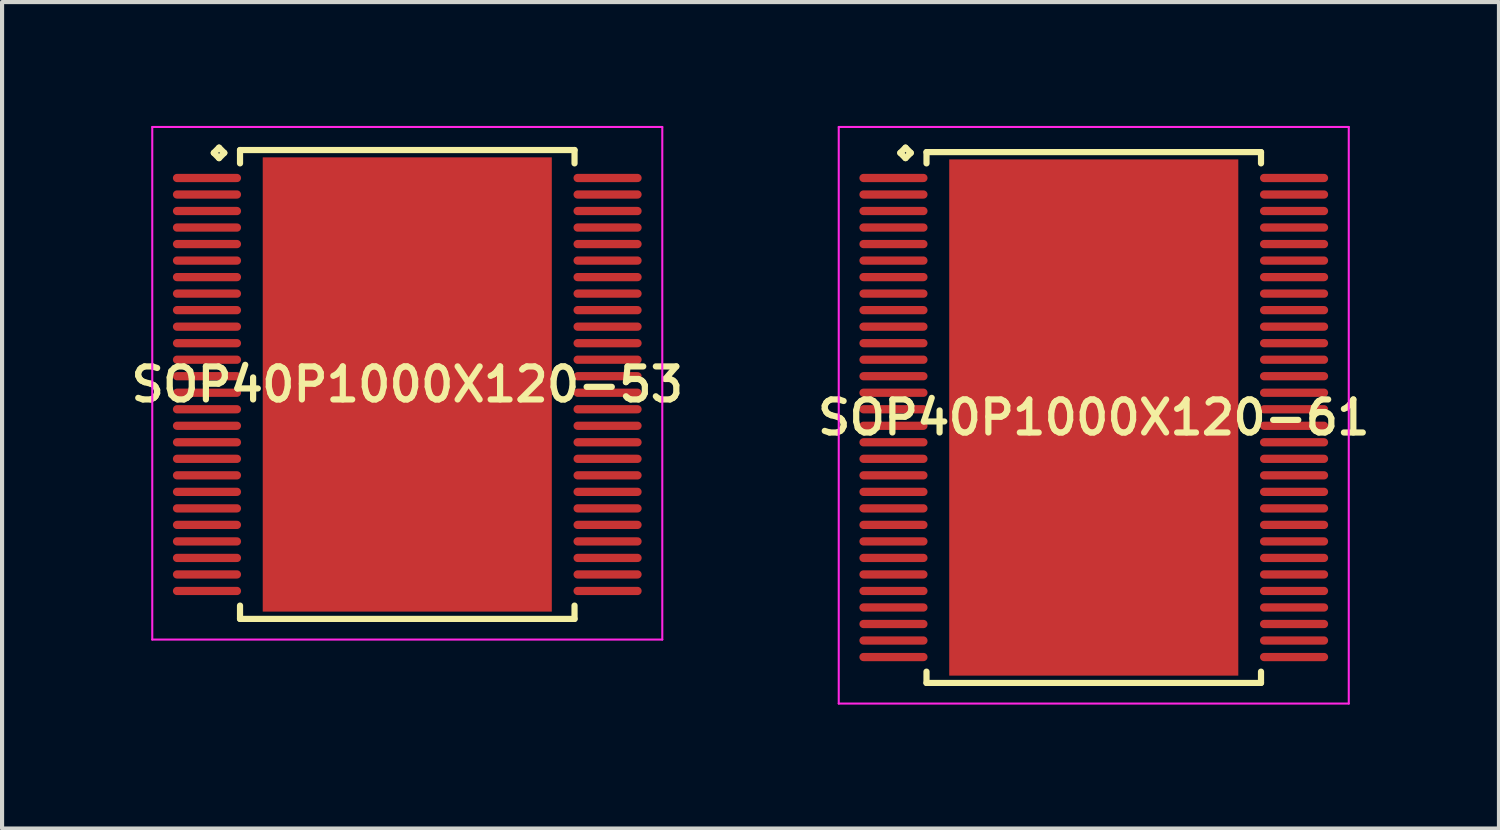
<source format=kicad_pcb>
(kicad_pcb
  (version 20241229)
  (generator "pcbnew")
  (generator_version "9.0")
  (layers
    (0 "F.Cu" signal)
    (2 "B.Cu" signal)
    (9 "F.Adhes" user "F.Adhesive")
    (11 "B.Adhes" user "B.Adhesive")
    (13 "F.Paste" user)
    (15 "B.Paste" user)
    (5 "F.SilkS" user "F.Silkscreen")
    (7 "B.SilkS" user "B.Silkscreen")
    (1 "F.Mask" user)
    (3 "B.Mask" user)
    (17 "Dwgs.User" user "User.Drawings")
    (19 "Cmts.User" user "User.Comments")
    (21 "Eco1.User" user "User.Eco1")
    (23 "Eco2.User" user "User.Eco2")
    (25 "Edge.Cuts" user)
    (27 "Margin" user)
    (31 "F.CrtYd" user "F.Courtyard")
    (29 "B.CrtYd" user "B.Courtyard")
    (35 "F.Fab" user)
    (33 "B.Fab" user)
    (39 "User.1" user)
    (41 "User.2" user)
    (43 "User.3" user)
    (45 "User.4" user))
  (footprint "SOP40P1000X120-61"
    (layer "F.Cu")
    (at 23.435 7.06)
    (property "Reference" "SOP40P1000X120-61" (at 0 0 0) (layer "F.SilkS") (effects (font (size 0.8 0.8) (thickness 0.15))))
    (attr smd)
    (fp_line (start -4.685 -6.408) (end -4.558 -6.535) (stroke (width 0.15) (type solid)) (layer "F.SilkS"))
    (fp_line (start -4.558 -6.535) (end -4.431 -6.408) (stroke (width 0.15) (type solid)) (layer "F.SilkS"))
    (fp_line (start -4.558 -6.281) (end -4.685 -6.408) (stroke (width 0.15) (type solid)) (layer "F.SilkS"))
    (fp_line (start -4.431 -6.408) (end -4.558 -6.281) (stroke (width 0.15) (type solid)) (layer "F.SilkS"))
    (fp_line (start -4.05 -6.427) (end 4.05 -6.427) (stroke (width 0.15) (type solid)) (layer "F.SilkS"))
    (fp_line (start -4.05 -6.154) (end -4.05 -6.427) (stroke (width 0.15) (type solid)) (layer "F.SilkS"))
    (fp_line (start -4.05 6.154) (end -4.05 6.427) (stroke (width 0.15) (type solid)) (layer "F.SilkS"))
    (fp_line (start -4.05 6.427) (end 4.05 6.427) (stroke (width 0.15) (type solid)) (layer "F.SilkS"))
    (fp_line (start 4.05 -6.427) (end 4.05 -6.154) (stroke (width 0.15) (type solid)) (layer "F.SilkS"))
    (fp_line (start 4.05 6.427) (end 4.05 6.154) (stroke (width 0.15) (type solid)) (layer "F.SilkS"))
    (fp_line (start -6.175 -7.035) (end 6.175 -7.035) (stroke (width 0.05) (type solid)) (layer "F.CrtYd"))
    (fp_line (start -6.175 6.927) (end -6.175 -7.035) (stroke (width 0.05) (type solid)) (layer "F.CrtYd"))
    (fp_line (start 6.175 -7.035) (end 6.175 6.927) (stroke (width 0.05) (type solid)) (layer "F.CrtYd"))
    (fp_line (start 6.175 6.927) (end -6.175 6.927) (stroke (width 0.05) (type solid)) (layer "F.CrtYd"))
    (pad "1" smd oval (at -4.85 -5.8) (size 1.65 0.2) (layers "F.Cu" "F.Mask" "F.Paste"))
    (pad "2" smd oval (at -4.85 -5.4) (size 1.65 0.2) (layers "F.Cu" "F.Mask" "F.Paste"))
    (pad "3" smd oval (at -4.85 -5) (size 1.65 0.2) (layers "F.Cu" "F.Mask" "F.Paste"))
    (pad "4" smd oval (at -4.85 -4.6) (size 1.65 0.2) (layers "F.Cu" "F.Mask" "F.Paste"))
    (pad "5" smd oval (at -4.85 -4.2) (size 1.65 0.2) (layers "F.Cu" "F.Mask" "F.Paste"))
    (pad "6" smd oval (at -4.85 -3.8) (size 1.65 0.2) (layers "F.Cu" "F.Mask" "F.Paste"))
    (pad "7" smd oval (at -4.85 -3.4) (size 1.65 0.2) (layers "F.Cu" "F.Mask" "F.Paste"))
    (pad "8" smd oval (at -4.85 -3) (size 1.65 0.2) (layers "F.Cu" "F.Mask" "F.Paste"))
    (pad "9" smd oval (at -4.85 -2.6) (size 1.65 0.2) (layers "F.Cu" "F.Mask" "F.Paste"))
    (pad "10" smd oval (at -4.85 -2.2) (size 1.65 0.2) (layers "F.Cu" "F.Mask" "F.Paste"))
    (pad "11" smd oval (at -4.85 -1.8) (size 1.65 0.2) (layers "F.Cu" "F.Mask" "F.Paste"))
    (pad "12" smd oval (at -4.85 -1.4) (size 1.65 0.2) (layers "F.Cu" "F.Mask" "F.Paste"))
    (pad "13" smd oval (at -4.85 -1) (size 1.65 0.2) (layers "F.Cu" "F.Mask" "F.Paste"))
    (pad "14" smd oval (at -4.85 -0.6) (size 1.65 0.2) (layers "F.Cu" "F.Mask" "F.Paste"))
    (pad "15" smd oval (at -4.85 -0.2) (size 1.65 0.2) (layers "F.Cu" "F.Mask" "F.Paste"))
    (pad "16" smd oval (at -4.85 0.2) (size 1.65 0.2) (layers "F.Cu" "F.Mask" "F.Paste"))
    (pad "17" smd oval (at -4.85 0.6) (size 1.65 0.2) (layers "F.Cu" "F.Mask" "F.Paste"))
    (pad "18" smd oval (at -4.85 1) (size 1.65 0.2) (layers "F.Cu" "F.Mask" "F.Paste"))
    (pad "19" smd oval (at -4.85 1.4) (size 1.65 0.2) (layers "F.Cu" "F.Mask" "F.Paste"))
    (pad "20" smd oval (at -4.85 1.8) (size 1.65 0.2) (layers "F.Cu" "F.Mask" "F.Paste"))
    (pad "21" smd oval (at -4.85 2.2) (size 1.65 0.2) (layers "F.Cu" "F.Mask" "F.Paste"))
    (pad "22" smd oval (at -4.85 2.6) (size 1.65 0.2) (layers "F.Cu" "F.Mask" "F.Paste"))
    (pad "23" smd oval (at -4.85 3) (size 1.65 0.2) (layers "F.Cu" "F.Mask" "F.Paste"))
    (pad "24" smd oval (at -4.85 3.4) (size 1.65 0.2) (layers "F.Cu" "F.Mask" "F.Paste"))
    (pad "25" smd oval (at -4.85 3.8) (size 1.65 0.2) (layers "F.Cu" "F.Mask" "F.Paste"))
    (pad "26" smd oval (at -4.85 4.2) (size 1.65 0.2) (layers "F.Cu" "F.Mask" "F.Paste"))
    (pad "27" smd oval (at -4.85 4.6) (size 1.65 0.2) (layers "F.Cu" "F.Mask" "F.Paste"))
    (pad "28" smd oval (at -4.85 5) (size 1.65 0.2) (layers "F.Cu" "F.Mask" "F.Paste"))
    (pad "29" smd oval (at -4.85 5.4) (size 1.65 0.2) (layers "F.Cu" "F.Mask" "F.Paste"))
    (pad "30" smd oval (at -4.85 5.8) (size 1.65 0.2) (layers "F.Cu" "F.Mask" "F.Paste"))
    (pad "31" smd oval (at 4.85 5.8) (size 1.65 0.2) (layers "F.Cu" "F.Mask" "F.Paste"))
    (pad "32" smd oval (at 4.85 5.4) (size 1.65 0.2) (layers "F.Cu" "F.Mask" "F.Paste"))
    (pad "33" smd oval (at 4.85 5) (size 1.65 0.2) (layers "F.Cu" "F.Mask" "F.Paste"))
    (pad "34" smd oval (at 4.85 4.6) (size 1.65 0.2) (layers "F.Cu" "F.Mask" "F.Paste"))
    (pad "35" smd oval (at 4.85 4.2) (size 1.65 0.2) (layers "F.Cu" "F.Mask" "F.Paste"))
    (pad "36" smd oval (at 4.85 3.8) (size 1.65 0.2) (layers "F.Cu" "F.Mask" "F.Paste"))
    (pad "37" smd oval (at 4.85 3.4) (size 1.65 0.2) (layers "F.Cu" "F.Mask" "F.Paste"))
    (pad "38" smd oval (at 4.85 3) (size 1.65 0.2) (layers "F.Cu" "F.Mask" "F.Paste"))
    (pad "39" smd oval (at 4.85 2.6) (size 1.65 0.2) (layers "F.Cu" "F.Mask" "F.Paste"))
    (pad "40" smd oval (at 4.85 2.2) (size 1.65 0.2) (layers "F.Cu" "F.Mask" "F.Paste"))
    (pad "41" smd oval (at 4.85 1.8) (size 1.65 0.2) (layers "F.Cu" "F.Mask" "F.Paste"))
    (pad "42" smd oval (at 4.85 1.4) (size 1.65 0.2) (layers "F.Cu" "F.Mask" "F.Paste"))
    (pad "43" smd oval (at 4.85 1) (size 1.65 0.2) (layers "F.Cu" "F.Mask" "F.Paste"))
    (pad "44" smd oval (at 4.85 0.6) (size 1.65 0.2) (layers "F.Cu" "F.Mask" "F.Paste"))
    (pad "45" smd oval (at 4.85 0.2) (size 1.65 0.2) (layers "F.Cu" "F.Mask" "F.Paste"))
    (pad "46" smd oval (at 4.85 -0.2) (size 1.65 0.2) (layers "F.Cu" "F.Mask" "F.Paste"))
    (pad "47" smd oval (at 4.85 -0.6) (size 1.65 0.2) (layers "F.Cu" "F.Mask" "F.Paste"))
    (pad "48" smd oval (at 4.85 -1) (size 1.65 0.2) (layers "F.Cu" "F.Mask" "F.Paste"))
    (pad "49" smd oval (at 4.85 -1.4) (size 1.65 0.2) (layers "F.Cu" "F.Mask" "F.Paste"))
    (pad "50" smd oval (at 4.85 -1.8) (size 1.65 0.2) (layers "F.Cu" "F.Mask" "F.Paste"))
    (pad "51" smd oval (at 4.85 -2.2) (size 1.65 0.2) (layers "F.Cu" "F.Mask" "F.Paste"))
    (pad "52" smd oval (at 4.85 -2.6) (size 1.65 0.2) (layers "F.Cu" "F.Mask" "F.Paste"))
    (pad "53" smd oval (at 4.85 -3) (size 1.65 0.2) (layers "F.Cu" "F.Mask" "F.Paste"))
    (pad "54" smd oval (at 4.85 -3.4) (size 1.65 0.2) (layers "F.Cu" "F.Mask" "F.Paste"))
    (pad "55" smd oval (at 4.85 -3.8) (size 1.65 0.2) (layers "F.Cu" "F.Mask" "F.Paste"))
    (pad "56" smd oval (at 4.85 -4.2) (size 1.65 0.2) (layers "F.Cu" "F.Mask" "F.Paste"))
    (pad "57" smd oval (at 4.85 -4.6) (size 1.65 0.2) (layers "F.Cu" "F.Mask" "F.Paste"))
    (pad "58" smd oval (at 4.85 -5) (size 1.65 0.2) (layers "F.Cu" "F.Mask" "F.Paste"))
    (pad "59" smd oval (at 4.85 -5.4) (size 1.65 0.2) (layers "F.Cu" "F.Mask" "F.Paste"))
    (pad "60" smd oval (at 4.85 -5.8) (size 1.65 0.2) (layers "F.Cu" "F.Mask" "F.Paste"))
    (pad "61" smd rect (at 0 0) (size 7 12.5) (layers "F.Cu" "F.Mask" "F.Paste")))
  (footprint "SOP40P1000X120-53"
    (layer "F.Cu")
    (at 6.812 6.26)
    (property "Reference" "SOP40P1000X120-53" (at 0 0 0) (layer "F.SilkS") (effects (font (size 0.8 0.8) (thickness 0.15))))
    (attr smd)
    (fp_line (start -4.685 -5.608) (end -4.558 -5.735) (stroke (width 0.15) (type solid)) (layer "F.SilkS"))
    (fp_line (start -4.558 -5.735) (end -4.431 -5.608) (stroke (width 0.15) (type solid)) (layer "F.SilkS"))
    (fp_line (start -4.558 -5.481) (end -4.685 -5.608) (stroke (width 0.15) (type solid)) (layer "F.SilkS"))
    (fp_line (start -4.431 -5.608) (end -4.558 -5.481) (stroke (width 0.15) (type solid)) (layer "F.SilkS"))
    (fp_line (start -4.05 -5.677) (end 4.05 -5.677) (stroke (width 0.15) (type solid)) (layer "F.SilkS"))
    (fp_line (start -4.05 -5.354) (end -4.05 -5.677) (stroke (width 0.15) (type solid)) (layer "F.SilkS"))
    (fp_line (start -4.05 5.354) (end -4.05 5.677) (stroke (width 0.15) (type solid)) (layer "F.SilkS"))
    (fp_line (start -4.05 5.677) (end 4.05 5.677) (stroke (width 0.15) (type solid)) (layer "F.SilkS"))
    (fp_line (start 4.05 -5.677) (end 4.05 -5.354) (stroke (width 0.15) (type solid)) (layer "F.SilkS"))
    (fp_line (start 4.05 5.677) (end 4.05 5.354) (stroke (width 0.15) (type solid)) (layer "F.SilkS"))
    (fp_line (start -6.175 -6.235) (end 6.175 -6.235) (stroke (width 0.05) (type solid)) (layer "F.CrtYd"))
    (fp_line (start -6.175 6.177) (end -6.175 -6.235) (stroke (width 0.05) (type solid)) (layer "F.CrtYd"))
    (fp_line (start 6.175 -6.235) (end 6.175 6.177) (stroke (width 0.05) (type solid)) (layer "F.CrtYd"))
    (fp_line (start 6.175 6.177) (end -6.175 6.177) (stroke (width 0.05) (type solid)) (layer "F.CrtYd"))
    (pad "1" smd oval (at -4.85 -5) (size 1.65 0.2) (layers "F.Cu" "F.Mask" "F.Paste"))
    (pad "2" smd oval (at -4.85 -4.6) (size 1.65 0.2) (layers "F.Cu" "F.Mask" "F.Paste"))
    (pad "3" smd oval (at -4.85 -4.2) (size 1.65 0.2) (layers "F.Cu" "F.Mask" "F.Paste"))
    (pad "4" smd oval (at -4.85 -3.8) (size 1.65 0.2) (layers "F.Cu" "F.Mask" "F.Paste"))
    (pad "5" smd oval (at -4.85 -3.4) (size 1.65 0.2) (layers "F.Cu" "F.Mask" "F.Paste"))
    (pad "6" smd oval (at -4.85 -3) (size 1.65 0.2) (layers "F.Cu" "F.Mask" "F.Paste"))
    (pad "7" smd oval (at -4.85 -2.6) (size 1.65 0.2) (layers "F.Cu" "F.Mask" "F.Paste"))
    (pad "8" smd oval (at -4.85 -2.2) (size 1.65 0.2) (layers "F.Cu" "F.Mask" "F.Paste"))
    (pad "9" smd oval (at -4.85 -1.8) (size 1.65 0.2) (layers "F.Cu" "F.Mask" "F.Paste"))
    (pad "10" smd oval (at -4.85 -1.4) (size 1.65 0.2) (layers "F.Cu" "F.Mask" "F.Paste"))
    (pad "11" smd oval (at -4.85 -1) (size 1.65 0.2) (layers "F.Cu" "F.Mask" "F.Paste"))
    (pad "12" smd oval (at -4.85 -0.6) (size 1.65 0.2) (layers "F.Cu" "F.Mask" "F.Paste"))
    (pad "13" smd oval (at -4.85 -0.2) (size 1.65 0.2) (layers "F.Cu" "F.Mask" "F.Paste"))
    (pad "14" smd oval (at -4.85 0.2) (size 1.65 0.2) (layers "F.Cu" "F.Mask" "F.Paste"))
    (pad "15" smd oval (at -4.85 0.6) (size 1.65 0.2) (layers "F.Cu" "F.Mask" "F.Paste"))
    (pad "16" smd oval (at -4.85 1) (size 1.65 0.2) (layers "F.Cu" "F.Mask" "F.Paste"))
    (pad "17" smd oval (at -4.85 1.4) (size 1.65 0.2) (layers "F.Cu" "F.Mask" "F.Paste"))
    (pad "18" smd oval (at -4.85 1.8) (size 1.65 0.2) (layers "F.Cu" "F.Mask" "F.Paste"))
    (pad "19" smd oval (at -4.85 2.2) (size 1.65 0.2) (layers "F.Cu" "F.Mask" "F.Paste"))
    (pad "20" smd oval (at -4.85 2.6) (size 1.65 0.2) (layers "F.Cu" "F.Mask" "F.Paste"))
    (pad "21" smd oval (at -4.85 3) (size 1.65 0.2) (layers "F.Cu" "F.Mask" "F.Paste"))
    (pad "22" smd oval (at -4.85 3.4) (size 1.65 0.2) (layers "F.Cu" "F.Mask" "F.Paste"))
    (pad "23" smd oval (at -4.85 3.8) (size 1.65 0.2) (layers "F.Cu" "F.Mask" "F.Paste"))
    (pad "24" smd oval (at -4.85 4.2) (size 1.65 0.2) (layers "F.Cu" "F.Mask" "F.Paste"))
    (pad "25" smd oval (at -4.85 4.6) (size 1.65 0.2) (layers "F.Cu" "F.Mask" "F.Paste"))
    (pad "26" smd oval (at -4.85 5) (size 1.65 0.2) (layers "F.Cu" "F.Mask" "F.Paste"))
    (pad "27" smd oval (at 4.85 5) (size 1.65 0.2) (layers "F.Cu" "F.Mask" "F.Paste"))
    (pad "28" smd oval (at 4.85 4.6) (size 1.65 0.2) (layers "F.Cu" "F.Mask" "F.Paste"))
    (pad "29" smd oval (at 4.85 4.2) (size 1.65 0.2) (layers "F.Cu" "F.Mask" "F.Paste"))
    (pad "30" smd oval (at 4.85 3.8) (size 1.65 0.2) (layers "F.Cu" "F.Mask" "F.Paste"))
    (pad "31" smd oval (at 4.85 3.4) (size 1.65 0.2) (layers "F.Cu" "F.Mask" "F.Paste"))
    (pad "32" smd oval (at 4.85 3) (size 1.65 0.2) (layers "F.Cu" "F.Mask" "F.Paste"))
    (pad "33" smd oval (at 4.85 2.6) (size 1.65 0.2) (layers "F.Cu" "F.Mask" "F.Paste"))
    (pad "34" smd oval (at 4.85 2.2) (size 1.65 0.2) (layers "F.Cu" "F.Mask" "F.Paste"))
    (pad "35" smd oval (at 4.85 1.8) (size 1.65 0.2) (layers "F.Cu" "F.Mask" "F.Paste"))
    (pad "36" smd oval (at 4.85 1.4) (size 1.65 0.2) (layers "F.Cu" "F.Mask" "F.Paste"))
    (pad "37" smd oval (at 4.85 1) (size 1.65 0.2) (layers "F.Cu" "F.Mask" "F.Paste"))
    (pad "38" smd oval (at 4.85 0.6) (size 1.65 0.2) (layers "F.Cu" "F.Mask" "F.Paste"))
    (pad "39" smd oval (at 4.85 0.2) (size 1.65 0.2) (layers "F.Cu" "F.Mask" "F.Paste"))
    (pad "40" smd oval (at 4.85 -0.2) (size 1.65 0.2) (layers "F.Cu" "F.Mask" "F.Paste"))
    (pad "41" smd oval (at 4.85 -0.6) (size 1.65 0.2) (layers "F.Cu" "F.Mask" "F.Paste"))
    (pad "42" smd oval (at 4.85 -1) (size 1.65 0.2) (layers "F.Cu" "F.Mask" "F.Paste"))
    (pad "43" smd oval (at 4.85 -1.4) (size 1.65 0.2) (layers "F.Cu" "F.Mask" "F.Paste"))
    (pad "44" smd oval (at 4.85 -1.8) (size 1.65 0.2) (layers "F.Cu" "F.Mask" "F.Paste"))
    (pad "45" smd oval (at 4.85 -2.2) (size 1.65 0.2) (layers "F.Cu" "F.Mask" "F.Paste"))
    (pad "46" smd oval (at 4.85 -2.6) (size 1.65 0.2) (layers "F.Cu" "F.Mask" "F.Paste"))
    (pad "47" smd oval (at 4.85 -3) (size 1.65 0.2) (layers "F.Cu" "F.Mask" "F.Paste"))
    (pad "48" smd oval (at 4.85 -3.4) (size 1.65 0.2) (layers "F.Cu" "F.Mask" "F.Paste"))
    (pad "49" smd oval (at 4.85 -3.8) (size 1.65 0.2) (layers "F.Cu" "F.Mask" "F.Paste"))
    (pad "50" smd oval (at 4.85 -4.2) (size 1.65 0.2) (layers "F.Cu" "F.Mask" "F.Paste"))
    (pad "51" smd oval (at 4.85 -4.6) (size 1.65 0.2) (layers "F.Cu" "F.Mask" "F.Paste"))
    (pad "52" smd oval (at 4.85 -5) (size 1.65 0.2) (layers "F.Cu" "F.Mask" "F.Paste"))
    (pad "53" smd rect (at 0 0) (size 7 11) (layers "F.Cu" "F.Mask" "F.Paste")))
  (gr_rect
    (start -3 -3)
    (end 33.247 17.012)
    (stroke (width 0.1) (type default))
    (fill no)
    (layer "Edge.Cuts")))
</source>
